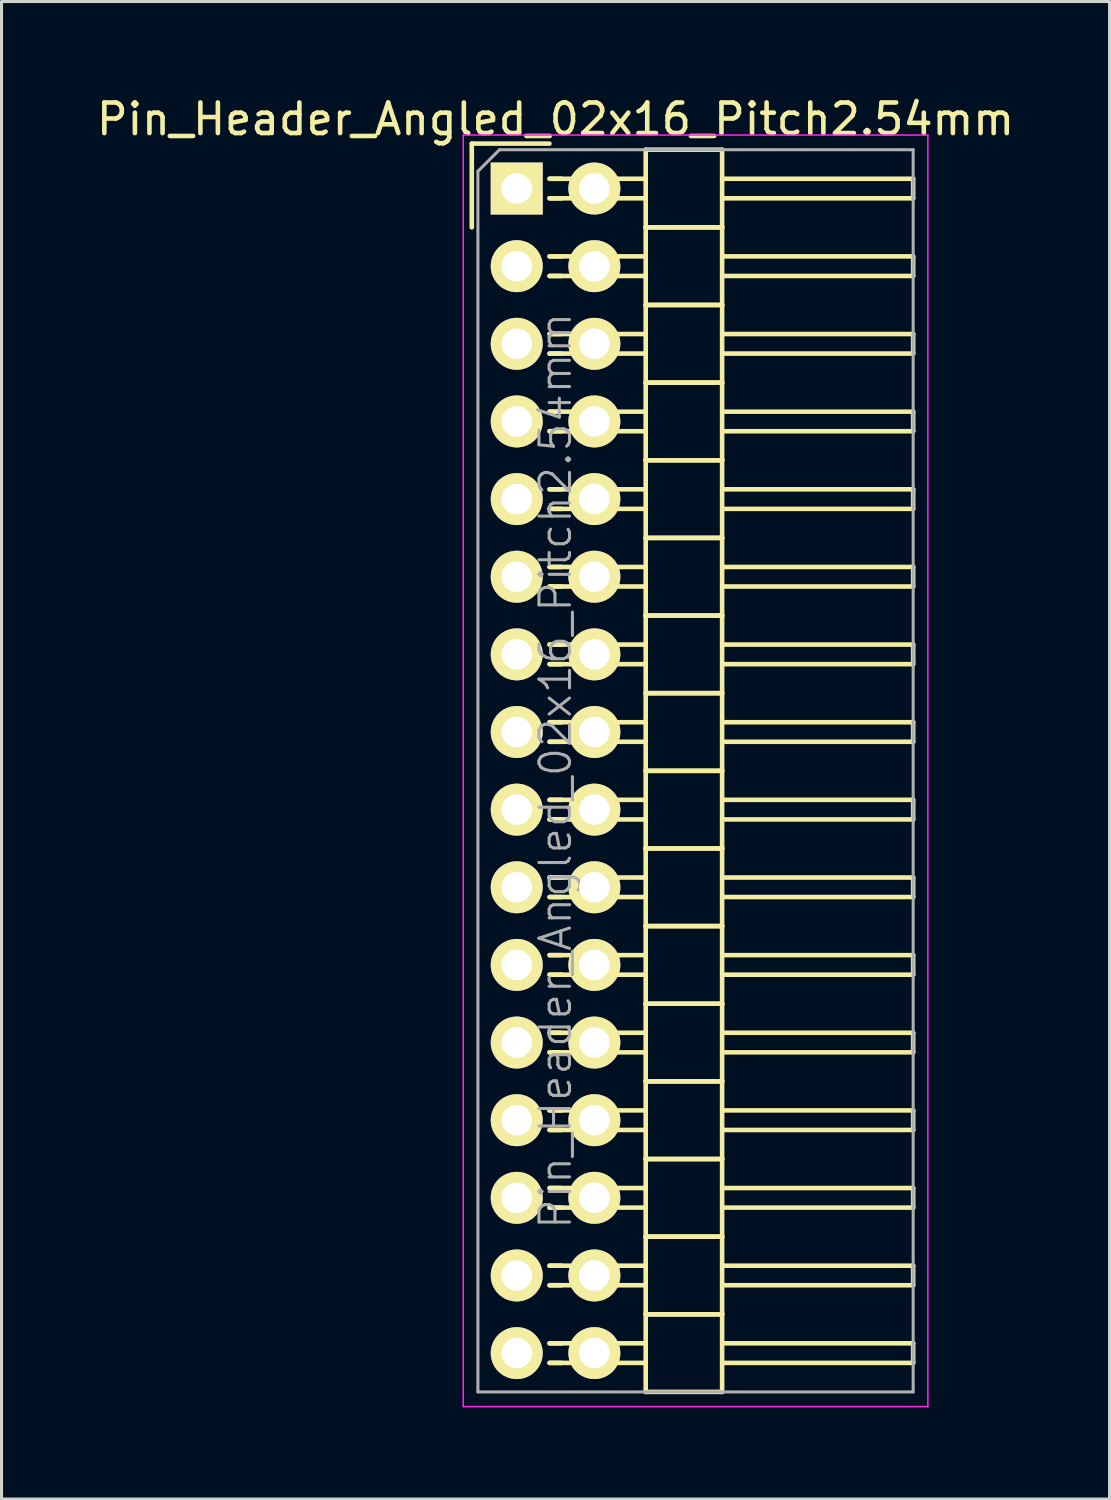
<source format=kicad_pcb>
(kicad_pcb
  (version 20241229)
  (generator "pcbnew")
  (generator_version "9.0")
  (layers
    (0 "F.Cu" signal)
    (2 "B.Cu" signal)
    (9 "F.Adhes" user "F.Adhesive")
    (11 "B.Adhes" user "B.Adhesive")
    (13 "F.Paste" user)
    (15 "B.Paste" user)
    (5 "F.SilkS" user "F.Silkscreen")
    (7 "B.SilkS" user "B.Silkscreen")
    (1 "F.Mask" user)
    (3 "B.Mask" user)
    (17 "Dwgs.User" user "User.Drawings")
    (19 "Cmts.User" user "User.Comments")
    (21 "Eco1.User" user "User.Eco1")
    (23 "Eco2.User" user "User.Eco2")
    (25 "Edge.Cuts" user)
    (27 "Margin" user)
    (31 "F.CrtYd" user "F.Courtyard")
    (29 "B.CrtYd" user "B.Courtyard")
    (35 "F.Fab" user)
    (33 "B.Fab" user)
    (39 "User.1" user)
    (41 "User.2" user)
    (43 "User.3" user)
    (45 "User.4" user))
  (footprint "Pin_Header_Angled_02x16_Pitch2.54mm"
    (layer "F.Cu")
    (at 13.855 3.118)
    (property "Reference" "Pin_Header_Angled_02x16_Pitch2.54mm" (at 1.27 -2.27 0) (layer "F.SilkS") (effects (font (size 1 1) (thickness 0.15))))
    (attr smd)
    (fp_line (start -1.47 -1.47) (end -1.47 1.27) (stroke (width 0.15) (type solid)) (layer "F.SilkS"))
    (fp_line (start -1.47 -1.47) (end 1.07 -1.47) (stroke (width 0.15) (type solid)) (layer "F.SilkS"))
    (fp_line (start 1.465 -0.32) (end 1.075 -0.32) (stroke (width 0.15) (type solid)) (layer "F.SilkS"))
    (fp_line (start 1.465 0.32) (end 1.075 0.32) (stroke (width 0.15) (type solid)) (layer "F.SilkS"))
    (fp_line (start 1.465 2.22) (end 1.075 2.22) (stroke (width 0.15) (type solid)) (layer "F.SilkS"))
    (fp_line (start 1.465 2.86) (end 1.075 2.86) (stroke (width 0.15) (type solid)) (layer "F.SilkS"))
    (fp_line (start 1.465 4.76) (end 1.075 4.76) (stroke (width 0.15) (type solid)) (layer "F.SilkS"))
    (fp_line (start 1.465 5.4) (end 1.075 5.4) (stroke (width 0.15) (type solid)) (layer "F.SilkS"))
    (fp_line (start 1.465 7.3) (end 1.075 7.3) (stroke (width 0.15) (type solid)) (layer "F.SilkS"))
    (fp_line (start 1.465 7.94) (end 1.075 7.94) (stroke (width 0.15) (type solid)) (layer "F.SilkS"))
    (fp_line (start 1.465 9.84) (end 1.075 9.84) (stroke (width 0.15) (type solid)) (layer "F.SilkS"))
    (fp_line (start 1.465 10.48) (end 1.075 10.48) (stroke (width 0.15) (type solid)) (layer "F.SilkS"))
    (fp_line (start 1.465 12.38) (end 1.075 12.38) (stroke (width 0.15) (type solid)) (layer "F.SilkS"))
    (fp_line (start 1.465 13.02) (end 1.075 13.02) (stroke (width 0.15) (type solid)) (layer "F.SilkS"))
    (fp_line (start 1.465 14.92) (end 1.075 14.92) (stroke (width 0.15) (type solid)) (layer "F.SilkS"))
    (fp_line (start 1.465 15.56) (end 1.075 15.56) (stroke (width 0.15) (type solid)) (layer "F.SilkS"))
    (fp_line (start 1.465 17.46) (end 1.075 17.46) (stroke (width 0.15) (type solid)) (layer "F.SilkS"))
    (fp_line (start 1.465 18.1) (end 1.075 18.1) (stroke (width 0.15) (type solid)) (layer "F.SilkS"))
    (fp_line (start 1.465 20) (end 1.075 20) (stroke (width 0.15) (type solid)) (layer "F.SilkS"))
    (fp_line (start 1.465 20.64) (end 1.075 20.64) (stroke (width 0.15) (type solid)) (layer "F.SilkS"))
    (fp_line (start 1.465 22.54) (end 1.075 22.54) (stroke (width 0.15) (type solid)) (layer "F.SilkS"))
    (fp_line (start 1.465 23.18) (end 1.075 23.18) (stroke (width 0.15) (type solid)) (layer "F.SilkS"))
    (fp_line (start 1.465 25.08) (end 1.075 25.08) (stroke (width 0.15) (type solid)) (layer "F.SilkS"))
    (fp_line (start 1.465 25.72) (end 1.075 25.72) (stroke (width 0.15) (type solid)) (layer "F.SilkS"))
    (fp_line (start 1.465 27.62) (end 1.075 27.62) (stroke (width 0.15) (type solid)) (layer "F.SilkS"))
    (fp_line (start 1.465 28.26) (end 1.075 28.26) (stroke (width 0.15) (type solid)) (layer "F.SilkS"))
    (fp_line (start 1.465 30.16) (end 1.075 30.16) (stroke (width 0.15) (type solid)) (layer "F.SilkS"))
    (fp_line (start 1.465 30.8) (end 1.075 30.8) (stroke (width 0.15) (type solid)) (layer "F.SilkS"))
    (fp_line (start 1.465 32.7) (end 1.075 32.7) (stroke (width 0.15) (type solid)) (layer "F.SilkS"))
    (fp_line (start 1.465 33.34) (end 1.075 33.34) (stroke (width 0.15) (type solid)) (layer "F.SilkS"))
    (fp_line (start 1.465 35.24) (end 1.075 35.24) (stroke (width 0.15) (type solid)) (layer "F.SilkS"))
    (fp_line (start 1.465 35.88) (end 1.075 35.88) (stroke (width 0.15) (type solid)) (layer "F.SilkS"))
    (fp_line (start 1.465 37.78) (end 1.075 37.78) (stroke (width 0.15) (type solid)) (layer "F.SilkS"))
    (fp_line (start 1.465 38.42) (end 1.075 38.42) (stroke (width 0.15) (type solid)) (layer "F.SilkS"))
    (fp_line (start 4.22 -0.32) (end 1.075 -0.32) (stroke (width 0.15) (type solid)) (layer "F.SilkS"))
    (fp_line (start 4.22 0.32) (end 1.075 0.32) (stroke (width 0.15) (type solid)) (layer "F.SilkS"))
    (fp_line (start 4.22 1.27) (end 4.22 -1.27) (stroke (width 0.15) (type solid)) (layer "F.SilkS"))
    (fp_line (start 4.22 2.22) (end 1.075 2.22) (stroke (width 0.15) (type solid)) (layer "F.SilkS"))
    (fp_line (start 4.22 2.86) (end 1.075 2.86) (stroke (width 0.15) (type solid)) (layer "F.SilkS"))
    (fp_line (start 4.22 3.81) (end 4.22 1.27) (stroke (width 0.15) (type solid)) (layer "F.SilkS"))
    (fp_line (start 4.22 4.76) (end 1.075 4.76) (stroke (width 0.15) (type solid)) (layer "F.SilkS"))
    (fp_line (start 4.22 5.4) (end 1.075 5.4) (stroke (width 0.15) (type solid)) (layer "F.SilkS"))
    (fp_line (start 4.22 6.35) (end 4.22 3.81) (stroke (width 0.15) (type solid)) (layer "F.SilkS"))
    (fp_line (start 4.22 7.3) (end 1.075 7.3) (stroke (width 0.15) (type solid)) (layer "F.SilkS"))
    (fp_line (start 4.22 7.94) (end 1.075 7.94) (stroke (width 0.15) (type solid)) (layer "F.SilkS"))
    (fp_line (start 4.22 8.89) (end 4.22 6.35) (stroke (width 0.15) (type solid)) (layer "F.SilkS"))
    (fp_line (start 4.22 9.84) (end 1.075 9.84) (stroke (width 0.15) (type solid)) (layer "F.SilkS"))
    (fp_line (start 4.22 10.48) (end 1.075 10.48) (stroke (width 0.15) (type solid)) (layer "F.SilkS"))
    (fp_line (start 4.22 11.43) (end 4.22 8.89) (stroke (width 0.15) (type solid)) (layer "F.SilkS"))
    (fp_line (start 4.22 12.38) (end 1.075 12.38) (stroke (width 0.15) (type solid)) (layer "F.SilkS"))
    (fp_line (start 4.22 13.02) (end 1.075 13.02) (stroke (width 0.15) (type solid)) (layer "F.SilkS"))
    (fp_line (start 4.22 13.97) (end 4.22 11.43) (stroke (width 0.15) (type solid)) (layer "F.SilkS"))
    (fp_line (start 4.22 14.92) (end 1.075 14.92) (stroke (width 0.15) (type solid)) (layer "F.SilkS"))
    (fp_line (start 4.22 15.56) (end 1.075 15.56) (stroke (width 0.15) (type solid)) (layer "F.SilkS"))
    (fp_line (start 4.22 16.51) (end 4.22 13.97) (stroke (width 0.15) (type solid)) (layer "F.SilkS"))
    (fp_line (start 4.22 17.46) (end 1.075 17.46) (stroke (width 0.15) (type solid)) (layer "F.SilkS"))
    (fp_line (start 4.22 18.1) (end 1.075 18.1) (stroke (width 0.15) (type solid)) (layer "F.SilkS"))
    (fp_line (start 4.22 19.05) (end 4.22 16.51) (stroke (width 0.15) (type solid)) (layer "F.SilkS"))
    (fp_line (start 4.22 20) (end 1.075 20) (stroke (width 0.15) (type solid)) (layer "F.SilkS"))
    (fp_line (start 4.22 20.64) (end 1.075 20.64) (stroke (width 0.15) (type solid)) (layer "F.SilkS"))
    (fp_line (start 4.22 21.59) (end 4.22 19.05) (stroke (width 0.15) (type solid)) (layer "F.SilkS"))
    (fp_line (start 4.22 22.54) (end 1.075 22.54) (stroke (width 0.15) (type solid)) (layer "F.SilkS"))
    (fp_line (start 4.22 23.18) (end 1.075 23.18) (stroke (width 0.15) (type solid)) (layer "F.SilkS"))
    (fp_line (start 4.22 24.13) (end 4.22 21.59) (stroke (width 0.15) (type solid)) (layer "F.SilkS"))
    (fp_line (start 4.22 25.08) (end 1.075 25.08) (stroke (width 0.15) (type solid)) (layer "F.SilkS"))
    (fp_line (start 4.22 25.72) (end 1.075 25.72) (stroke (width 0.15) (type solid)) (layer "F.SilkS"))
    (fp_line (start 4.22 26.67) (end 4.22 24.13) (stroke (width 0.15) (type solid)) (layer "F.SilkS"))
    (fp_line (start 4.22 27.62) (end 1.075 27.62) (stroke (width 0.15) (type solid)) (layer "F.SilkS"))
    (fp_line (start 4.22 28.26) (end 1.075 28.26) (stroke (width 0.15) (type solid)) (layer "F.SilkS"))
    (fp_line (start 4.22 29.21) (end 4.22 26.67) (stroke (width 0.15) (type solid)) (layer "F.SilkS"))
    (fp_line (start 4.22 30.16) (end 1.075 30.16) (stroke (width 0.15) (type solid)) (layer "F.SilkS"))
    (fp_line (start 4.22 30.8) (end 1.075 30.8) (stroke (width 0.15) (type solid)) (layer "F.SilkS"))
    (fp_line (start 4.22 31.75) (end 4.22 29.21) (stroke (width 0.15) (type solid)) (layer "F.SilkS"))
    (fp_line (start 4.22 32.7) (end 1.075 32.7) (stroke (width 0.15) (type solid)) (layer "F.SilkS"))
    (fp_line (start 4.22 33.34) (end 1.075 33.34) (stroke (width 0.15) (type solid)) (layer "F.SilkS"))
    (fp_line (start 4.22 34.29) (end 4.22 31.75) (stroke (width 0.15) (type solid)) (layer "F.SilkS"))
    (fp_line (start 4.22 35.24) (end 1.075 35.24) (stroke (width 0.15) (type solid)) (layer "F.SilkS"))
    (fp_line (start 4.22 35.88) (end 1.075 35.88) (stroke (width 0.15) (type solid)) (layer "F.SilkS"))
    (fp_line (start 4.22 36.83) (end 4.22 34.29) (stroke (width 0.15) (type solid)) (layer "F.SilkS"))
    (fp_line (start 4.22 37.78) (end 1.075 37.78) (stroke (width 0.15) (type solid)) (layer "F.SilkS"))
    (fp_line (start 4.22 38.42) (end 1.075 38.42) (stroke (width 0.15) (type solid)) (layer "F.SilkS"))
    (fp_line (start 4.22 39.37) (end 4.22 36.83) (stroke (width 0.15) (type solid)) (layer "F.SilkS"))
    (fp_line (start 6.72 -1.27) (end 4.22 -1.27) (stroke (width 0.15) (type solid)) (layer "F.SilkS"))
    (fp_line (start 6.72 -0.32) (end 12.97 -0.32) (stroke (width 0.15) (type solid)) (layer "F.SilkS"))
    (fp_line (start 6.72 0.32) (end 12.97 0.32) (stroke (width 0.15) (type solid)) (layer "F.SilkS"))
    (fp_line (start 6.72 1.27) (end 4.22 1.27) (stroke (width 0.15) (type solid)) (layer "F.SilkS"))
    (fp_line (start 6.72 1.27) (end 4.22 1.27) (stroke (width 0.15) (type solid)) (layer "F.SilkS"))
    (fp_line (start 6.72 1.27) (end 6.72 -1.27) (stroke (width 0.15) (type solid)) (layer "F.SilkS"))
    (fp_line (start 6.72 2.22) (end 12.97 2.22) (stroke (width 0.15) (type solid)) (layer "F.SilkS"))
    (fp_line (start 6.72 2.86) (end 12.97 2.86) (stroke (width 0.15) (type solid)) (layer "F.SilkS"))
    (fp_line (start 6.72 3.81) (end 4.22 3.81) (stroke (width 0.15) (type solid)) (layer "F.SilkS"))
    (fp_line (start 6.72 3.81) (end 4.22 3.81) (stroke (width 0.15) (type solid)) (layer "F.SilkS"))
    (fp_line (start 6.72 3.81) (end 6.72 1.27) (stroke (width 0.15) (type solid)) (layer "F.SilkS"))
    (fp_line (start 6.72 4.76) (end 12.97 4.76) (stroke (width 0.15) (type solid)) (layer "F.SilkS"))
    (fp_line (start 6.72 5.4) (end 12.97 5.4) (stroke (width 0.15) (type solid)) (layer "F.SilkS"))
    (fp_line (start 6.72 6.35) (end 4.22 6.35) (stroke (width 0.15) (type solid)) (layer "F.SilkS"))
    (fp_line (start 6.72 6.35) (end 4.22 6.35) (stroke (width 0.15) (type solid)) (layer "F.SilkS"))
    (fp_line (start 6.72 6.35) (end 6.72 3.81) (stroke (width 0.15) (type solid)) (layer "F.SilkS"))
    (fp_line (start 6.72 7.3) (end 12.97 7.3) (stroke (width 0.15) (type solid)) (layer "F.SilkS"))
    (fp_line (start 6.72 7.94) (end 12.97 7.94) (stroke (width 0.15) (type solid)) (layer "F.SilkS"))
    (fp_line (start 6.72 8.89) (end 4.22 8.89) (stroke (width 0.15) (type solid)) (layer "F.SilkS"))
    (fp_line (start 6.72 8.89) (end 4.22 8.89) (stroke (width 0.15) (type solid)) (layer "F.SilkS"))
    (fp_line (start 6.72 8.89) (end 6.72 6.35) (stroke (width 0.15) (type solid)) (layer "F.SilkS"))
    (fp_line (start 6.72 9.84) (end 12.97 9.84) (stroke (width 0.15) (type solid)) (layer "F.SilkS"))
    (fp_line (start 6.72 10.48) (end 12.97 10.48) (stroke (width 0.15) (type solid)) (layer "F.SilkS"))
    (fp_line (start 6.72 11.43) (end 4.22 11.43) (stroke (width 0.15) (type solid)) (layer "F.SilkS"))
    (fp_line (start 6.72 11.43) (end 4.22 11.43) (stroke (width 0.15) (type solid)) (layer "F.SilkS"))
    (fp_line (start 6.72 11.43) (end 6.72 8.89) (stroke (width 0.15) (type solid)) (layer "F.SilkS"))
    (fp_line (start 6.72 12.38) (end 12.97 12.38) (stroke (width 0.15) (type solid)) (layer "F.SilkS"))
    (fp_line (start 6.72 13.02) (end 12.97 13.02) (stroke (width 0.15) (type solid)) (layer "F.SilkS"))
    (fp_line (start 6.72 13.97) (end 4.22 13.97) (stroke (width 0.15) (type solid)) (layer "F.SilkS"))
    (fp_line (start 6.72 13.97) (end 4.22 13.97) (stroke (width 0.15) (type solid)) (layer "F.SilkS"))
    (fp_line (start 6.72 13.97) (end 6.72 11.43) (stroke (width 0.15) (type solid)) (layer "F.SilkS"))
    (fp_line (start 6.72 14.92) (end 12.97 14.92) (stroke (width 0.15) (type solid)) (layer "F.SilkS"))
    (fp_line (start 6.72 15.56) (end 12.97 15.56) (stroke (width 0.15) (type solid)) (layer "F.SilkS"))
    (fp_line (start 6.72 16.51) (end 4.22 16.51) (stroke (width 0.15) (type solid)) (layer "F.SilkS"))
    (fp_line (start 6.72 16.51) (end 4.22 16.51) (stroke (width 0.15) (type solid)) (layer "F.SilkS"))
    (fp_line (start 6.72 16.51) (end 6.72 13.97) (stroke (width 0.15) (type solid)) (layer "F.SilkS"))
    (fp_line (start 6.72 17.46) (end 12.97 17.46) (stroke (width 0.15) (type solid)) (layer "F.SilkS"))
    (fp_line (start 6.72 18.1) (end 12.97 18.1) (stroke (width 0.15) (type solid)) (layer "F.SilkS"))
    (fp_line (start 6.72 19.05) (end 4.22 19.05) (stroke (width 0.15) (type solid)) (layer "F.SilkS"))
    (fp_line (start 6.72 19.05) (end 4.22 19.05) (stroke (width 0.15) (type solid)) (layer "F.SilkS"))
    (fp_line (start 6.72 19.05) (end 6.72 16.51) (stroke (width 0.15) (type solid)) (layer "F.SilkS"))
    (fp_line (start 6.72 20) (end 12.97 20) (stroke (width 0.15) (type solid)) (layer "F.SilkS"))
    (fp_line (start 6.72 20.64) (end 12.97 20.64) (stroke (width 0.15) (type solid)) (layer "F.SilkS"))
    (fp_line (start 6.72 21.59) (end 4.22 21.59) (stroke (width 0.15) (type solid)) (layer "F.SilkS"))
    (fp_line (start 6.72 21.59) (end 4.22 21.59) (stroke (width 0.15) (type solid)) (layer "F.SilkS"))
    (fp_line (start 6.72 21.59) (end 6.72 19.05) (stroke (width 0.15) (type solid)) (layer "F.SilkS"))
    (fp_line (start 6.72 22.54) (end 12.97 22.54) (stroke (width 0.15) (type solid)) (layer "F.SilkS"))
    (fp_line (start 6.72 23.18) (end 12.97 23.18) (stroke (width 0.15) (type solid)) (layer "F.SilkS"))
    (fp_line (start 6.72 24.13) (end 4.22 24.13) (stroke (width 0.15) (type solid)) (layer "F.SilkS"))
    (fp_line (start 6.72 24.13) (end 4.22 24.13) (stroke (width 0.15) (type solid)) (layer "F.SilkS"))
    (fp_line (start 6.72 24.13) (end 6.72 21.59) (stroke (width 0.15) (type solid)) (layer "F.SilkS"))
    (fp_line (start 6.72 25.08) (end 12.97 25.08) (stroke (width 0.15) (type solid)) (layer "F.SilkS"))
    (fp_line (start 6.72 25.72) (end 12.97 25.72) (stroke (width 0.15) (type solid)) (layer "F.SilkS"))
    (fp_line (start 6.72 26.67) (end 4.22 26.67) (stroke (width 0.15) (type solid)) (layer "F.SilkS"))
    (fp_line (start 6.72 26.67) (end 4.22 26.67) (stroke (width 0.15) (type solid)) (layer "F.SilkS"))
    (fp_line (start 6.72 26.67) (end 6.72 24.13) (stroke (width 0.15) (type solid)) (layer "F.SilkS"))
    (fp_line (start 6.72 27.62) (end 12.97 27.62) (stroke (width 0.15) (type solid)) (layer "F.SilkS"))
    (fp_line (start 6.72 28.26) (end 12.97 28.26) (stroke (width 0.15) (type solid)) (layer "F.SilkS"))
    (fp_line (start 6.72 29.21) (end 4.22 29.21) (stroke (width 0.15) (type solid)) (layer "F.SilkS"))
    (fp_line (start 6.72 29.21) (end 4.22 29.21) (stroke (width 0.15) (type solid)) (layer "F.SilkS"))
    (fp_line (start 6.72 29.21) (end 6.72 26.67) (stroke (width 0.15) (type solid)) (layer "F.SilkS"))
    (fp_line (start 6.72 30.16) (end 12.97 30.16) (stroke (width 0.15) (type solid)) (layer "F.SilkS"))
    (fp_line (start 6.72 30.8) (end 12.97 30.8) (stroke (width 0.15) (type solid)) (layer "F.SilkS"))
    (fp_line (start 6.72 31.75) (end 4.22 31.75) (stroke (width 0.15) (type solid)) (layer "F.SilkS"))
    (fp_line (start 6.72 31.75) (end 4.22 31.75) (stroke (width 0.15) (type solid)) (layer "F.SilkS"))
    (fp_line (start 6.72 31.75) (end 6.72 29.21) (stroke (width 0.15) (type solid)) (layer "F.SilkS"))
    (fp_line (start 6.72 32.7) (end 12.97 32.7) (stroke (width 0.15) (type solid)) (layer "F.SilkS"))
    (fp_line (start 6.72 33.34) (end 12.97 33.34) (stroke (width 0.15) (type solid)) (layer "F.SilkS"))
    (fp_line (start 6.72 34.29) (end 4.22 34.29) (stroke (width 0.15) (type solid)) (layer "F.SilkS"))
    (fp_line (start 6.72 34.29) (end 4.22 34.29) (stroke (width 0.15) (type solid)) (layer "F.SilkS"))
    (fp_line (start 6.72 34.29) (end 6.72 31.75) (stroke (width 0.15) (type solid)) (layer "F.SilkS"))
    (fp_line (start 6.72 35.24) (end 12.97 35.24) (stroke (width 0.15) (type solid)) (layer "F.SilkS"))
    (fp_line (start 6.72 35.88) (end 12.97 35.88) (stroke (width 0.15) (type solid)) (layer "F.SilkS"))
    (fp_line (start 6.72 36.83) (end 4.22 36.83) (stroke (width 0.15) (type solid)) (layer "F.SilkS"))
    (fp_line (start 6.72 36.83) (end 4.22 36.83) (stroke (width 0.15) (type solid)) (layer "F.SilkS"))
    (fp_line (start 6.72 36.83) (end 6.72 34.29) (stroke (width 0.15) (type solid)) (layer "F.SilkS"))
    (fp_line (start 6.72 37.78) (end 12.97 37.78) (stroke (width 0.15) (type solid)) (layer "F.SilkS"))
    (fp_line (start 6.72 38.42) (end 12.97 38.42) (stroke (width 0.15) (type solid)) (layer "F.SilkS"))
    (fp_line (start 6.72 39.37) (end 4.22 39.37) (stroke (width 0.15) (type solid)) (layer "F.SilkS"))
    (fp_line (start 6.72 39.37) (end 6.72 36.83) (stroke (width 0.15) (type solid)) (layer "F.SilkS"))
    (fp_line (start 12.97 0.32) (end 12.97 -0.32) (stroke (width 0.15) (type solid)) (layer "F.SilkS"))
    (fp_line (start 12.97 2.86) (end 12.97 2.22) (stroke (width 0.15) (type solid)) (layer "F.SilkS"))
    (fp_line (start 12.97 5.4) (end 12.97 4.76) (stroke (width 0.15) (type solid)) (layer "F.SilkS"))
    (fp_line (start 12.97 7.94) (end 12.97 7.3) (stroke (width 0.15) (type solid)) (layer "F.SilkS"))
    (fp_line (start 12.97 10.48) (end 12.97 9.84) (stroke (width 0.15) (type solid)) (layer "F.SilkS"))
    (fp_line (start 12.97 13.02) (end 12.97 12.38) (stroke (width 0.15) (type solid)) (layer "F.SilkS"))
    (fp_line (start 12.97 15.56) (end 12.97 14.92) (stroke (width 0.15) (type solid)) (layer "F.SilkS"))
    (fp_line (start 12.97 18.1) (end 12.97 17.46) (stroke (width 0.15) (type solid)) (layer "F.SilkS"))
    (fp_line (start 12.97 20.64) (end 12.97 20) (stroke (width 0.15) (type solid)) (layer "F.SilkS"))
    (fp_line (start 12.97 23.18) (end 12.97 22.54) (stroke (width 0.15) (type solid)) (layer "F.SilkS"))
    (fp_line (start 12.97 25.72) (end 12.97 25.08) (stroke (width 0.15) (type solid)) (layer "F.SilkS"))
    (fp_line (start 12.97 28.26) (end 12.97 27.62) (stroke (width 0.15) (type solid)) (layer "F.SilkS"))
    (fp_line (start 12.97 30.8) (end 12.97 30.16) (stroke (width 0.15) (type solid)) (layer "F.SilkS"))
    (fp_line (start 12.97 33.34) (end 12.97 32.7) (stroke (width 0.15) (type solid)) (layer "F.SilkS"))
    (fp_line (start 12.97 35.88) (end 12.97 35.24) (stroke (width 0.15) (type solid)) (layer "F.SilkS"))
    (fp_line (start 12.97 38.42) (end 12.97 37.78) (stroke (width 0.15) (type solid)) (layer "F.SilkS"))
    (fp_line (start -1.75 -1.75) (end -1.75 39.85) (stroke (width 0.05) (type solid)) (layer "F.CrtYd"))
    (fp_line (start 13.45 -1.75) (end -1.75 -1.75) (stroke (width 0.05) (type solid)) (layer "F.CrtYd"))
    (fp_line (start 13.45 -1.75) (end 13.45 39.85) (stroke (width 0.05) (type solid)) (layer "F.CrtYd"))
    (fp_line (start 13.45 39.85) (end -1.75 39.85) (stroke (width 0.05) (type solid)) (layer "F.CrtYd"))
    (fp_line (start -1.27 -0.563) (end -0.563 -1.27) (stroke (width 0.1) (type solid)) (layer "F.Fab"))
    (fp_line (start -1.27 39.37) (end -1.27 -0.563) (stroke (width 0.1) (type solid)) (layer "F.Fab"))
    (fp_line (start 12.97 -1.27) (end -0.563 -1.27) (stroke (width 0.1) (type solid)) (layer "F.Fab"))
    (fp_line (start 12.97 39.37) (end -1.27 39.37) (stroke (width 0.1) (type solid)) (layer "F.Fab"))
    (fp_line (start 12.97 39.37) (end 12.97 -1.27) (stroke (width 0.1) (type solid)) (layer "F.Fab"))
    (fp_text user "${REFERENCE}" (at 1.27 19.05 90) (layer "F.Fab") (effects (font (size 1 1) (thickness 0.1))))
    (pad "1" thru_hole rect (at 0 0) (size 1.7 1.7) (drill 1) (layers "*.Cu" "*.Mask" "F.SilkS"))
    (pad "2" thru_hole oval (at 2.54 0) (size 1.7 1.7) (drill 1) (layers "*.Cu" "*.Mask" "F.SilkS"))
    (pad "3" thru_hole oval (at 0 2.54) (size 1.7 1.7) (drill 1) (layers "*.Cu" "*.Mask" "F.SilkS"))
    (pad "4" thru_hole oval (at 2.54 2.54) (size 1.7 1.7) (drill 1) (layers "*.Cu" "*.Mask" "F.SilkS"))
    (pad "5" thru_hole oval (at 0 5.08) (size 1.7 1.7) (drill 1) (layers "*.Cu" "*.Mask" "F.SilkS"))
    (pad "6" thru_hole oval (at 2.54 5.08) (size 1.7 1.7) (drill 1) (layers "*.Cu" "*.Mask" "F.SilkS"))
    (pad "7" thru_hole oval (at 0 7.62) (size 1.7 1.7) (drill 1) (layers "*.Cu" "*.Mask" "F.SilkS"))
    (pad "8" thru_hole oval (at 2.54 7.62) (size 1.7 1.7) (drill 1) (layers "*.Cu" "*.Mask" "F.SilkS"))
    (pad "9" thru_hole oval (at 0 10.16) (size 1.7 1.7) (drill 1) (layers "*.Cu" "*.Mask" "F.SilkS"))
    (pad "10" thru_hole oval (at 2.54 10.16) (size 1.7 1.7) (drill 1) (layers "*.Cu" "*.Mask" "F.SilkS"))
    (pad "11" thru_hole oval (at 0 12.7) (size 1.7 1.7) (drill 1) (layers "*.Cu" "*.Mask" "F.SilkS"))
    (pad "12" thru_hole oval (at 2.54 12.7) (size 1.7 1.7) (drill 1) (layers "*.Cu" "*.Mask" "F.SilkS"))
    (pad "13" thru_hole oval (at 0 15.24) (size 1.7 1.7) (drill 1) (layers "*.Cu" "*.Mask" "F.SilkS"))
    (pad "14" thru_hole oval (at 2.54 15.24) (size 1.7 1.7) (drill 1) (layers "*.Cu" "*.Mask" "F.SilkS"))
    (pad "15" thru_hole oval (at 0 17.78) (size 1.7 1.7) (drill 1) (layers "*.Cu" "*.Mask" "F.SilkS"))
    (pad "16" thru_hole oval (at 2.54 17.78) (size 1.7 1.7) (drill 1) (layers "*.Cu" "*.Mask" "F.SilkS"))
    (pad "17" thru_hole oval (at 0 20.32) (size 1.7 1.7) (drill 1) (layers "*.Cu" "*.Mask" "F.SilkS"))
    (pad "18" thru_hole oval (at 2.54 20.32) (size 1.7 1.7) (drill 1) (layers "*.Cu" "*.Mask" "F.SilkS"))
    (pad "19" thru_hole oval (at 0 22.86) (size 1.7 1.7) (drill 1) (layers "*.Cu" "*.Mask" "F.SilkS"))
    (pad "20" thru_hole oval (at 2.54 22.86) (size 1.7 1.7) (drill 1) (layers "*.Cu" "*.Mask" "F.SilkS"))
    (pad "21" thru_hole oval (at 0 25.4) (size 1.7 1.7) (drill 1) (layers "*.Cu" "*.Mask" "F.SilkS"))
    (pad "22" thru_hole oval (at 2.54 25.4) (size 1.7 1.7) (drill 1) (layers "*.Cu" "*.Mask" "F.SilkS"))
    (pad "23" thru_hole oval (at 0 27.94) (size 1.7 1.7) (drill 1) (layers "*.Cu" "*.Mask" "F.SilkS"))
    (pad "24" thru_hole oval (at 2.54 27.94) (size 1.7 1.7) (drill 1) (layers "*.Cu" "*.Mask" "F.SilkS"))
    (pad "25" thru_hole oval (at 0 30.48) (size 1.7 1.7) (drill 1) (layers "*.Cu" "*.Mask" "F.SilkS"))
    (pad "26" thru_hole oval (at 2.54 30.48) (size 1.7 1.7) (drill 1) (layers "*.Cu" "*.Mask" "F.SilkS"))
    (pad "27" thru_hole oval (at 0 33.02) (size 1.7 1.7) (drill 1) (layers "*.Cu" "*.Mask" "F.SilkS"))
    (pad "28" thru_hole oval (at 2.54 33.02) (size 1.7 1.7) (drill 1) (layers "*.Cu" "*.Mask" "F.SilkS"))
    (pad "29" thru_hole oval (at 0 35.56) (size 1.7 1.7) (drill 1) (layers "*.Cu" "*.Mask" "F.SilkS"))
    (pad "30" thru_hole oval (at 2.54 35.56) (size 1.7 1.7) (drill 1) (layers "*.Cu" "*.Mask" "F.SilkS"))
    (pad "31" thru_hole oval (at 0 38.1) (size 1.7 1.7) (drill 1) (layers "*.Cu" "*.Mask" "F.SilkS"))
    (pad "32" thru_hole oval (at 2.54 38.1) (size 1.7 1.7) (drill 1) (layers "*.Cu" "*.Mask" "F.SilkS")))
  (gr_rect
    (start -3 -3)
    (end 33.25 45.993)
    (stroke (width 0.1) (type default))
    (fill no)
    (layer "Edge.Cuts")))
</source>
